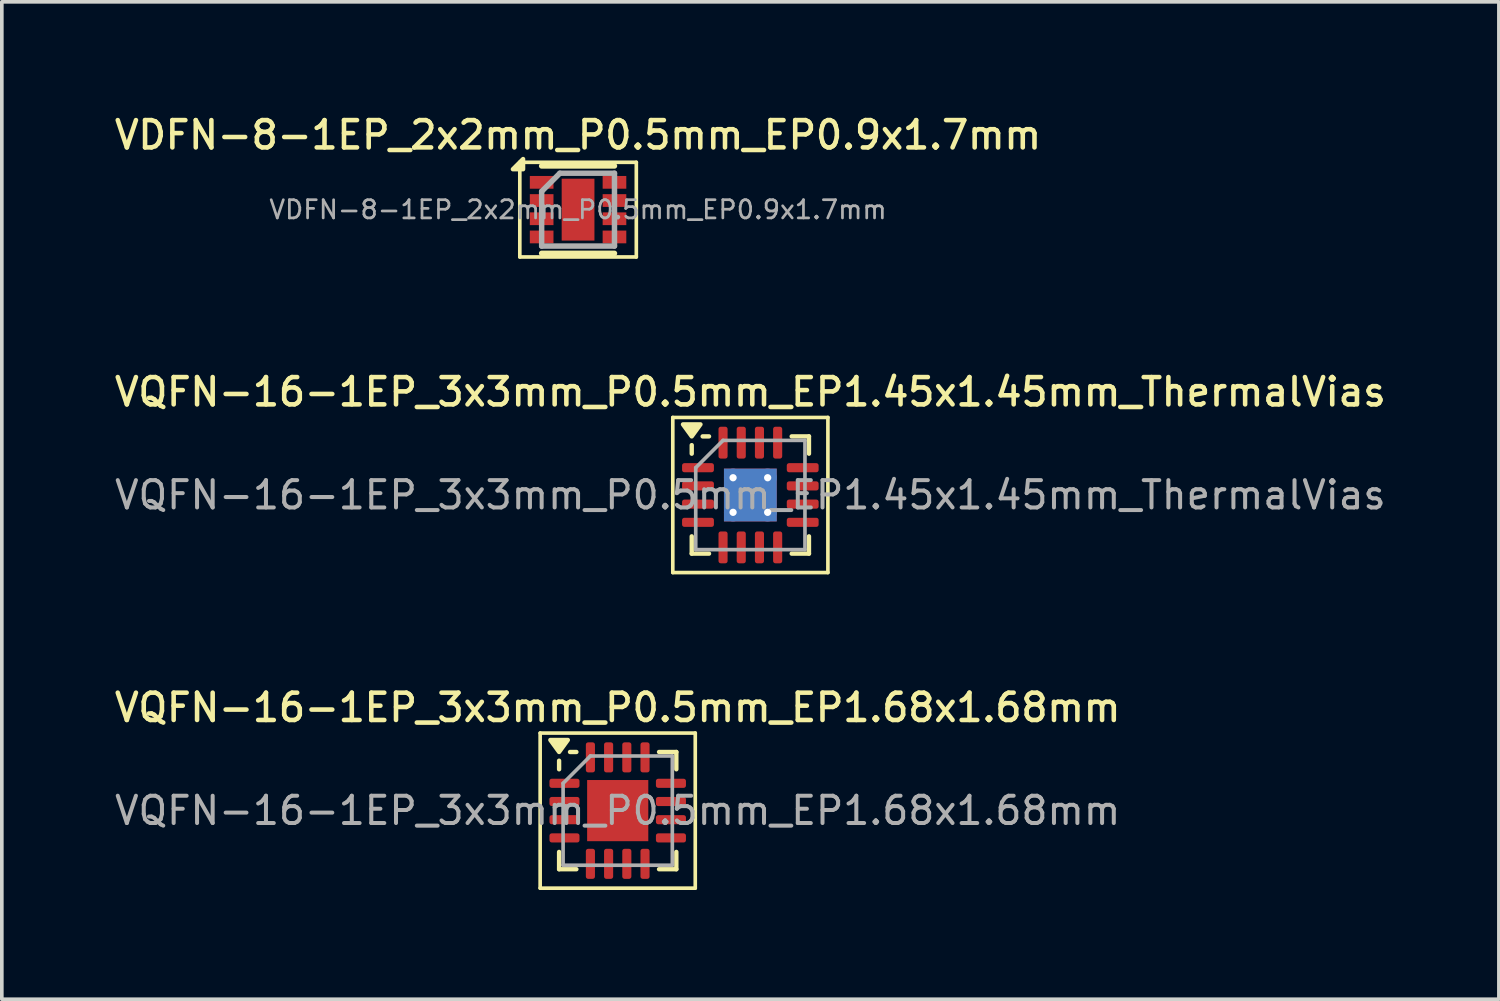
<source format=kicad_pcb>
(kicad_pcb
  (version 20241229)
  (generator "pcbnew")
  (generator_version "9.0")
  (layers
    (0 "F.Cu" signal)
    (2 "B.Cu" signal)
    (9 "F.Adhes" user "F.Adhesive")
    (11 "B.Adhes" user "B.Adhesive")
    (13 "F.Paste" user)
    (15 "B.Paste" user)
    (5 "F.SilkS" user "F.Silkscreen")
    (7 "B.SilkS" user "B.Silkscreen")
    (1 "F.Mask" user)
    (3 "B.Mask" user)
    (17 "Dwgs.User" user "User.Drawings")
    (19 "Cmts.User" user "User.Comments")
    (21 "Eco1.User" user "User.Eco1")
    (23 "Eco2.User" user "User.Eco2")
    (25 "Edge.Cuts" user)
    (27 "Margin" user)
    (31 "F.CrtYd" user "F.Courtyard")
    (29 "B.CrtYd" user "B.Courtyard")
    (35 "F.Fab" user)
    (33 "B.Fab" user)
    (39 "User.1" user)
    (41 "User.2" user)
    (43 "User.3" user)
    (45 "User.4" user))
  (footprint "VQFN-16-1EP_3x3mm_P0.5mm_EP1.68x1.68mm"
    (layer "F.Cu")
    (at 13.916 19.214)
    (property "Reference" "VQFN-16-1EP_3x3mm_P0.5mm_EP1.68x1.68mm" (at 0 -2.83 0) (layer "F.SilkS") (effects (font (size 0.75 0.75) (thickness 0.125))))
    (attr smd)
    (fp_line (start -2.13 -2.13) (end -2.13 2.13) (stroke (width 0.1) (type solid)) (layer "F.SilkS"))
    (fp_line (start -2.13 2.13) (end 2.13 2.13) (stroke (width 0.1) (type solid)) (layer "F.SilkS"))
    (fp_line (start -1.61 -1.135) (end -1.61 -1.37) (stroke (width 0.12) (type solid)) (layer "F.SilkS"))
    (fp_line (start -1.61 1.61) (end -1.61 1.135) (stroke (width 0.12) (type solid)) (layer "F.SilkS"))
    (fp_line (start -1.135 -1.61) (end -1.31 -1.61) (stroke (width 0.12) (type solid)) (layer "F.SilkS"))
    (fp_line (start -1.135 1.61) (end -1.61 1.61) (stroke (width 0.12) (type solid)) (layer "F.SilkS"))
    (fp_line (start 1.135 -1.61) (end 1.61 -1.61) (stroke (width 0.12) (type solid)) (layer "F.SilkS"))
    (fp_line (start 1.135 1.61) (end 1.61 1.61) (stroke (width 0.12) (type solid)) (layer "F.SilkS"))
    (fp_line (start 1.61 -1.61) (end 1.61 -1.135) (stroke (width 0.12) (type solid)) (layer "F.SilkS"))
    (fp_line (start 1.61 1.61) (end 1.61 1.135) (stroke (width 0.12) (type solid)) (layer "F.SilkS"))
    (fp_line (start 2.13 -2.13) (end -2.13 -2.13) (stroke (width 0.1) (type solid)) (layer "F.SilkS"))
    (fp_line (start 2.13 2.13) (end 2.13 -2.13) (stroke (width 0.1) (type solid)) (layer "F.SilkS"))
    (fp_poly (pts (xy -1.61 -1.61) (xy -1.85 -1.94) (xy -1.37 -1.94) (xy -1.61 -1.61)) (stroke (width 0.12) (type solid)) (fill yes) (layer "F.SilkS"))
    (fp_line (start -1.5 -0.75) (end -0.75 -1.5) (stroke (width 0.1) (type solid)) (layer "F.Fab"))
    (fp_line (start -1.5 1.5) (end -1.5 -0.75) (stroke (width 0.1) (type solid)) (layer "F.Fab"))
    (fp_line (start -0.75 -1.5) (end 1.5 -1.5) (stroke (width 0.1) (type solid)) (layer "F.Fab"))
    (fp_line (start 1.5 -1.5) (end 1.5 1.5) (stroke (width 0.1) (type solid)) (layer "F.Fab"))
    (fp_line (start 1.5 1.5) (end -1.5 1.5) (stroke (width 0.1) (type solid)) (layer "F.Fab"))
    (fp_text user "${REFERENCE}" (at 0 0 0) (layer "F.Fab") (effects (font (size 0.75 0.75) (thickness 0.11))))
    (pad "" smd roundrect (at -0.42 -0.42) (size 0.68 0.68) (layers "F.Paste") (roundrect_rratio 0.25))
    (pad "" smd roundrect (at -0.42 0.42) (size 0.68 0.68) (layers "F.Paste") (roundrect_rratio 0.25))
    (pad "" smd roundrect (at 0.42 -0.42) (size 0.68 0.68) (layers "F.Paste") (roundrect_rratio 0.25))
    (pad "" smd roundrect (at 0.42 0.42) (size 0.68 0.68) (layers "F.Paste") (roundrect_rratio 0.25))
    (pad "1" smd roundrect (at -1.462 -0.75) (size 0.825 0.25) (layers "F.Cu" "F.Mask" "F.Paste") (roundrect_rratio 0.25))
    (pad "2" smd roundrect (at -1.462 -0.25) (size 0.825 0.25) (layers "F.Cu" "F.Mask" "F.Paste") (roundrect_rratio 0.25))
    (pad "3" smd roundrect (at -1.462 0.25) (size 0.825 0.25) (layers "F.Cu" "F.Mask" "F.Paste") (roundrect_rratio 0.25))
    (pad "4" smd roundrect (at -1.462 0.75) (size 0.825 0.25) (layers "F.Cu" "F.Mask" "F.Paste") (roundrect_rratio 0.25))
    (pad "5" smd roundrect (at -0.75 1.462) (size 0.25 0.825) (layers "F.Cu" "F.Mask" "F.Paste") (roundrect_rratio 0.25))
    (pad "6" smd roundrect (at -0.25 1.462) (size 0.25 0.825) (layers "F.Cu" "F.Mask" "F.Paste") (roundrect_rratio 0.25))
    (pad "7" smd roundrect (at 0.25 1.462) (size 0.25 0.825) (layers "F.Cu" "F.Mask" "F.Paste") (roundrect_rratio 0.25))
    (pad "8" smd roundrect (at 0.75 1.462) (size 0.25 0.825) (layers "F.Cu" "F.Mask" "F.Paste") (roundrect_rratio 0.25))
    (pad "9" smd roundrect (at 1.462 0.75) (size 0.825 0.25) (layers "F.Cu" "F.Mask" "F.Paste") (roundrect_rratio 0.25))
    (pad "10" smd roundrect (at 1.462 0.25) (size 0.825 0.25) (layers "F.Cu" "F.Mask" "F.Paste") (roundrect_rratio 0.25))
    (pad "11" smd roundrect (at 1.462 -0.25) (size 0.825 0.25) (layers "F.Cu" "F.Mask" "F.Paste") (roundrect_rratio 0.25))
    (pad "12" smd roundrect (at 1.462 -0.75) (size 0.825 0.25) (layers "F.Cu" "F.Mask" "F.Paste") (roundrect_rratio 0.25))
    (pad "13" smd roundrect (at 0.75 -1.462) (size 0.25 0.825) (layers "F.Cu" "F.Mask" "F.Paste") (roundrect_rratio 0.25))
    (pad "14" smd roundrect (at 0.25 -1.462) (size 0.25 0.825) (layers "F.Cu" "F.Mask" "F.Paste") (roundrect_rratio 0.25))
    (pad "15" smd roundrect (at -0.25 -1.462) (size 0.25 0.825) (layers "F.Cu" "F.Mask" "F.Paste") (roundrect_rratio 0.25))
    (pad "16" smd roundrect (at -0.75 -1.462) (size 0.25 0.825) (layers "F.Cu" "F.Mask" "F.Paste") (roundrect_rratio 0.25))
    (pad "17" smd rect (at 0 0) (size 1.68 1.68) (property pad_prop_heatsink) (layers "F.Cu" "F.Mask")))
  (footprint "VDFN-8-1EP_2x2mm_P0.5mm_EP0.9x1.7mm"
    (layer "F.Cu")
    (at 12.827 2.708)
    (property "Reference" "VDFN-8-1EP_2x2mm_P0.5mm_EP0.9x1.7mm" (at 0 -2.05 0) (layer "F.SilkS") (effects (font (size 0.75 0.75) (thickness 0.125))))
    (attr smd)
    (fp_line (start -1.6 -1.3) (end -1.6 1.3) (stroke (width 0.1) (type solid)) (layer "F.SilkS"))
    (fp_line (start -1.6 -1.3) (end 1.6 -1.3) (stroke (width 0.1) (type solid)) (layer "F.SilkS"))
    (fp_line (start -1.6 1.3) (end 1.6 1.3) (stroke (width 0.1) (type solid)) (layer "F.SilkS"))
    (fp_line (start -1 -1.2) (end 1 -1.2) (stroke (width 0.15) (type solid)) (layer "F.SilkS"))
    (fp_line (start -1 1.2) (end 1 1.2) (stroke (width 0.15) (type solid)) (layer "F.SilkS"))
    (fp_line (start 1.6 -1.3) (end 1.6 1.3) (stroke (width 0.1) (type solid)) (layer "F.SilkS"))
    (fp_poly (pts (xy -1.51 -1.11) (xy -1.79 -1.11) (xy -1.51 -1.39) (xy -1.51 -1.11)) (stroke (width 0.12) (type solid)) (fill yes) (layer "F.SilkS"))
    (fp_line (start -1 -0.5) (end -0.5 -1) (stroke (width 0.15) (type solid)) (layer "F.Fab"))
    (fp_line (start -1 1) (end -1 -0.5) (stroke (width 0.15) (type solid)) (layer "F.Fab"))
    (fp_line (start -0.5 -1) (end 1 -1) (stroke (width 0.15) (type solid)) (layer "F.Fab"))
    (fp_line (start 1 -1) (end 1 1) (stroke (width 0.15) (type solid)) (layer "F.Fab"))
    (fp_line (start 1 1) (end -1 1) (stroke (width 0.15) (type solid)) (layer "F.Fab"))
    (fp_text user "${REFERENCE}" (at 0 0 0) (layer "F.Fab") (effects (font (size 0.5 0.5) (thickness 0.075))))
    (pad "" smd rect (at 0 -0.425) (size 0.72 0.69) (layers "F.Paste"))
    (pad "" smd rect (at 0 0.425) (size 0.72 0.69) (layers "F.Paste"))
    (pad "1" smd rect (at -1 -0.75) (size 0.65 0.35) (layers "F.Cu" "F.Mask" "F.Paste"))
    (pad "2" smd rect (at -1 -0.25) (size 0.65 0.35) (layers "F.Cu" "F.Mask" "F.Paste"))
    (pad "3" smd rect (at -1 0.25) (size 0.65 0.35) (layers "F.Cu" "F.Mask" "F.Paste"))
    (pad "4" smd rect (at -1 0.75) (size 0.65 0.35) (layers "F.Cu" "F.Mask" "F.Paste"))
    (pad "5" smd rect (at 1 0.75) (size 0.65 0.35) (layers "F.Cu" "F.Mask" "F.Paste"))
    (pad "6" smd rect (at 1 0.25) (size 0.65 0.35) (layers "F.Cu" "F.Mask" "F.Paste"))
    (pad "7" smd rect (at 1 -0.25) (size 0.65 0.35) (layers "F.Cu" "F.Mask" "F.Paste"))
    (pad "8" smd rect (at 1 -0.75) (size 0.65 0.35) (layers "F.Cu" "F.Mask" "F.Paste"))
    (pad "9" smd rect (at 0 0) (size 0.9 1.7) (layers "F.Cu" "F.Mask")))
  (footprint "VQFN-16-1EP_3x3mm_P0.5mm_EP1.45x1.45mm_ThermalVias"
    (layer "F.Cu")
    (at 17.559 10.546)
    (property "Reference" "VQFN-16-1EP_3x3mm_P0.5mm_EP1.45x1.45mm_ThermalVias" (at 0 -2.83 0) (layer "F.SilkS") (effects (font (size 0.75 0.75) (thickness 0.125))))
    (attr smd)
    (fp_line (start -2.13 -2.13) (end -2.13 2.13) (stroke (width 0.1) (type solid)) (layer "F.SilkS"))
    (fp_line (start -2.13 2.13) (end 2.13 2.13) (stroke (width 0.1) (type solid)) (layer "F.SilkS"))
    (fp_line (start -1.61 -1.135) (end -1.61 -1.37) (stroke (width 0.12) (type solid)) (layer "F.SilkS"))
    (fp_line (start -1.61 1.61) (end -1.61 1.135) (stroke (width 0.12) (type solid)) (layer "F.SilkS"))
    (fp_line (start -1.135 -1.61) (end -1.31 -1.61) (stroke (width 0.12) (type solid)) (layer "F.SilkS"))
    (fp_line (start -1.135 1.61) (end -1.61 1.61) (stroke (width 0.12) (type solid)) (layer "F.SilkS"))
    (fp_line (start 1.135 -1.61) (end 1.61 -1.61) (stroke (width 0.12) (type solid)) (layer "F.SilkS"))
    (fp_line (start 1.135 1.61) (end 1.61 1.61) (stroke (width 0.12) (type solid)) (layer "F.SilkS"))
    (fp_line (start 1.61 -1.61) (end 1.61 -1.135) (stroke (width 0.12) (type solid)) (layer "F.SilkS"))
    (fp_line (start 1.61 1.61) (end 1.61 1.135) (stroke (width 0.12) (type solid)) (layer "F.SilkS"))
    (fp_line (start 2.13 -2.13) (end -2.13 -2.13) (stroke (width 0.1) (type solid)) (layer "F.SilkS"))
    (fp_line (start 2.13 2.13) (end 2.13 -2.13) (stroke (width 0.1) (type solid)) (layer "F.SilkS"))
    (fp_poly (pts (xy -1.61 -1.61) (xy -1.85 -1.94) (xy -1.37 -1.94) (xy -1.61 -1.61)) (stroke (width 0.12) (type solid)) (fill yes) (layer "F.SilkS"))
    (fp_line (start -1.5 -0.75) (end -0.75 -1.5) (stroke (width 0.1) (type solid)) (layer "F.Fab"))
    (fp_line (start -1.5 1.5) (end -1.5 -0.75) (stroke (width 0.1) (type solid)) (layer "F.Fab"))
    (fp_line (start -0.75 -1.5) (end 1.5 -1.5) (stroke (width 0.1) (type solid)) (layer "F.Fab"))
    (fp_line (start 1.5 -1.5) (end 1.5 1.5) (stroke (width 0.1) (type solid)) (layer "F.Fab"))
    (fp_line (start 1.5 1.5) (end -1.5 1.5) (stroke (width 0.1) (type solid)) (layer "F.Fab"))
    (fp_text user "${REFERENCE}" (at 0 0 0) (layer "F.Fab") (effects (font (size 0.75 0.75) (thickness 0.11))))
    (pad "" smd roundrect (at -0.36 -0.36) (size 0.63 0.63) (layers "F.Paste") (roundrect_rratio 0.25))
    (pad "" smd roundrect (at -0.36 0.36) (size 0.63 0.63) (layers "F.Paste") (roundrect_rratio 0.25))
    (pad "" smd roundrect (at 0.36 -0.36) (size 0.63 0.63) (layers "F.Paste") (roundrect_rratio 0.25))
    (pad "" smd roundrect (at 0.36 0.36) (size 0.63 0.63) (layers "F.Paste") (roundrect_rratio 0.25))
    (pad "1" smd roundrect (at -1.438 -0.75) (size 0.875 0.25) (layers "F.Cu" "F.Mask" "F.Paste") (roundrect_rratio 0.25))
    (pad "2" smd roundrect (at -1.438 -0.25) (size 0.875 0.25) (layers "F.Cu" "F.Mask" "F.Paste") (roundrect_rratio 0.25))
    (pad "3" smd roundrect (at -1.438 0.25) (size 0.875 0.25) (layers "F.Cu" "F.Mask" "F.Paste") (roundrect_rratio 0.25))
    (pad "4" smd roundrect (at -1.438 0.75) (size 0.875 0.25) (layers "F.Cu" "F.Mask" "F.Paste") (roundrect_rratio 0.25))
    (pad "5" smd roundrect (at -0.75 1.438) (size 0.25 0.875) (layers "F.Cu" "F.Mask" "F.Paste") (roundrect_rratio 0.25))
    (pad "6" smd roundrect (at -0.25 1.438) (size 0.25 0.875) (layers "F.Cu" "F.Mask" "F.Paste") (roundrect_rratio 0.25))
    (pad "7" smd roundrect (at 0.25 1.438) (size 0.25 0.875) (layers "F.Cu" "F.Mask" "F.Paste") (roundrect_rratio 0.25))
    (pad "8" smd roundrect (at 0.75 1.438) (size 0.25 0.875) (layers "F.Cu" "F.Mask" "F.Paste") (roundrect_rratio 0.25))
    (pad "9" smd roundrect (at 1.438 0.75) (size 0.875 0.25) (layers "F.Cu" "F.Mask" "F.Paste") (roundrect_rratio 0.25))
    (pad "10" smd roundrect (at 1.438 0.25) (size 0.875 0.25) (layers "F.Cu" "F.Mask" "F.Paste") (roundrect_rratio 0.25))
    (pad "11" smd roundrect (at 1.438 -0.25) (size 0.875 0.25) (layers "F.Cu" "F.Mask" "F.Paste") (roundrect_rratio 0.25))
    (pad "12" smd roundrect (at 1.438 -0.75) (size 0.875 0.25) (layers "F.Cu" "F.Mask" "F.Paste") (roundrect_rratio 0.25))
    (pad "13" smd roundrect (at 0.75 -1.438) (size 0.25 0.875) (layers "F.Cu" "F.Mask" "F.Paste") (roundrect_rratio 0.25))
    (pad "14" smd roundrect (at 0.25 -1.438) (size 0.25 0.875) (layers "F.Cu" "F.Mask" "F.Paste") (roundrect_rratio 0.25))
    (pad "15" smd roundrect (at -0.25 -1.438) (size 0.25 0.875) (layers "F.Cu" "F.Mask" "F.Paste") (roundrect_rratio 0.25))
    (pad "16" smd roundrect (at -0.75 -1.438) (size 0.25 0.875) (layers "F.Cu" "F.Mask" "F.Paste") (roundrect_rratio 0.25))
    (pad "17" thru_hole circle (at -0.475 -0.475) (size 0.5 0.5) (drill 0.2) (property pad_prop_heatsink) (layers "*.Cu"))
    (pad "17" thru_hole circle (at -0.475 0.475) (size 0.5 0.5) (drill 0.2) (property pad_prop_heatsink) (layers "*.Cu"))
    (pad "17" smd rect (at 0 0) (size 1.45 1.45) (property pad_prop_heatsink) (layers "F.Cu" "F.Mask"))
    (pad "17" smd rect (at 0 0) (size 1.45 1.45) (property pad_prop_heatsink) (layers "B.Cu"))
    (pad "17" thru_hole circle (at 0.475 -0.475) (size 0.5 0.5) (drill 0.2) (property pad_prop_heatsink) (layers "*.Cu"))
    (pad "17" thru_hole circle (at 0.475 0.475) (size 0.5 0.5) (drill 0.2) (property pad_prop_heatsink) (layers "*.Cu")))
  (gr_rect
    (start -3 -3)
    (end 38.118 24.394)
    (stroke (width 0.1) (type default))
    (fill no)
    (layer "Edge.Cuts")))
</source>
